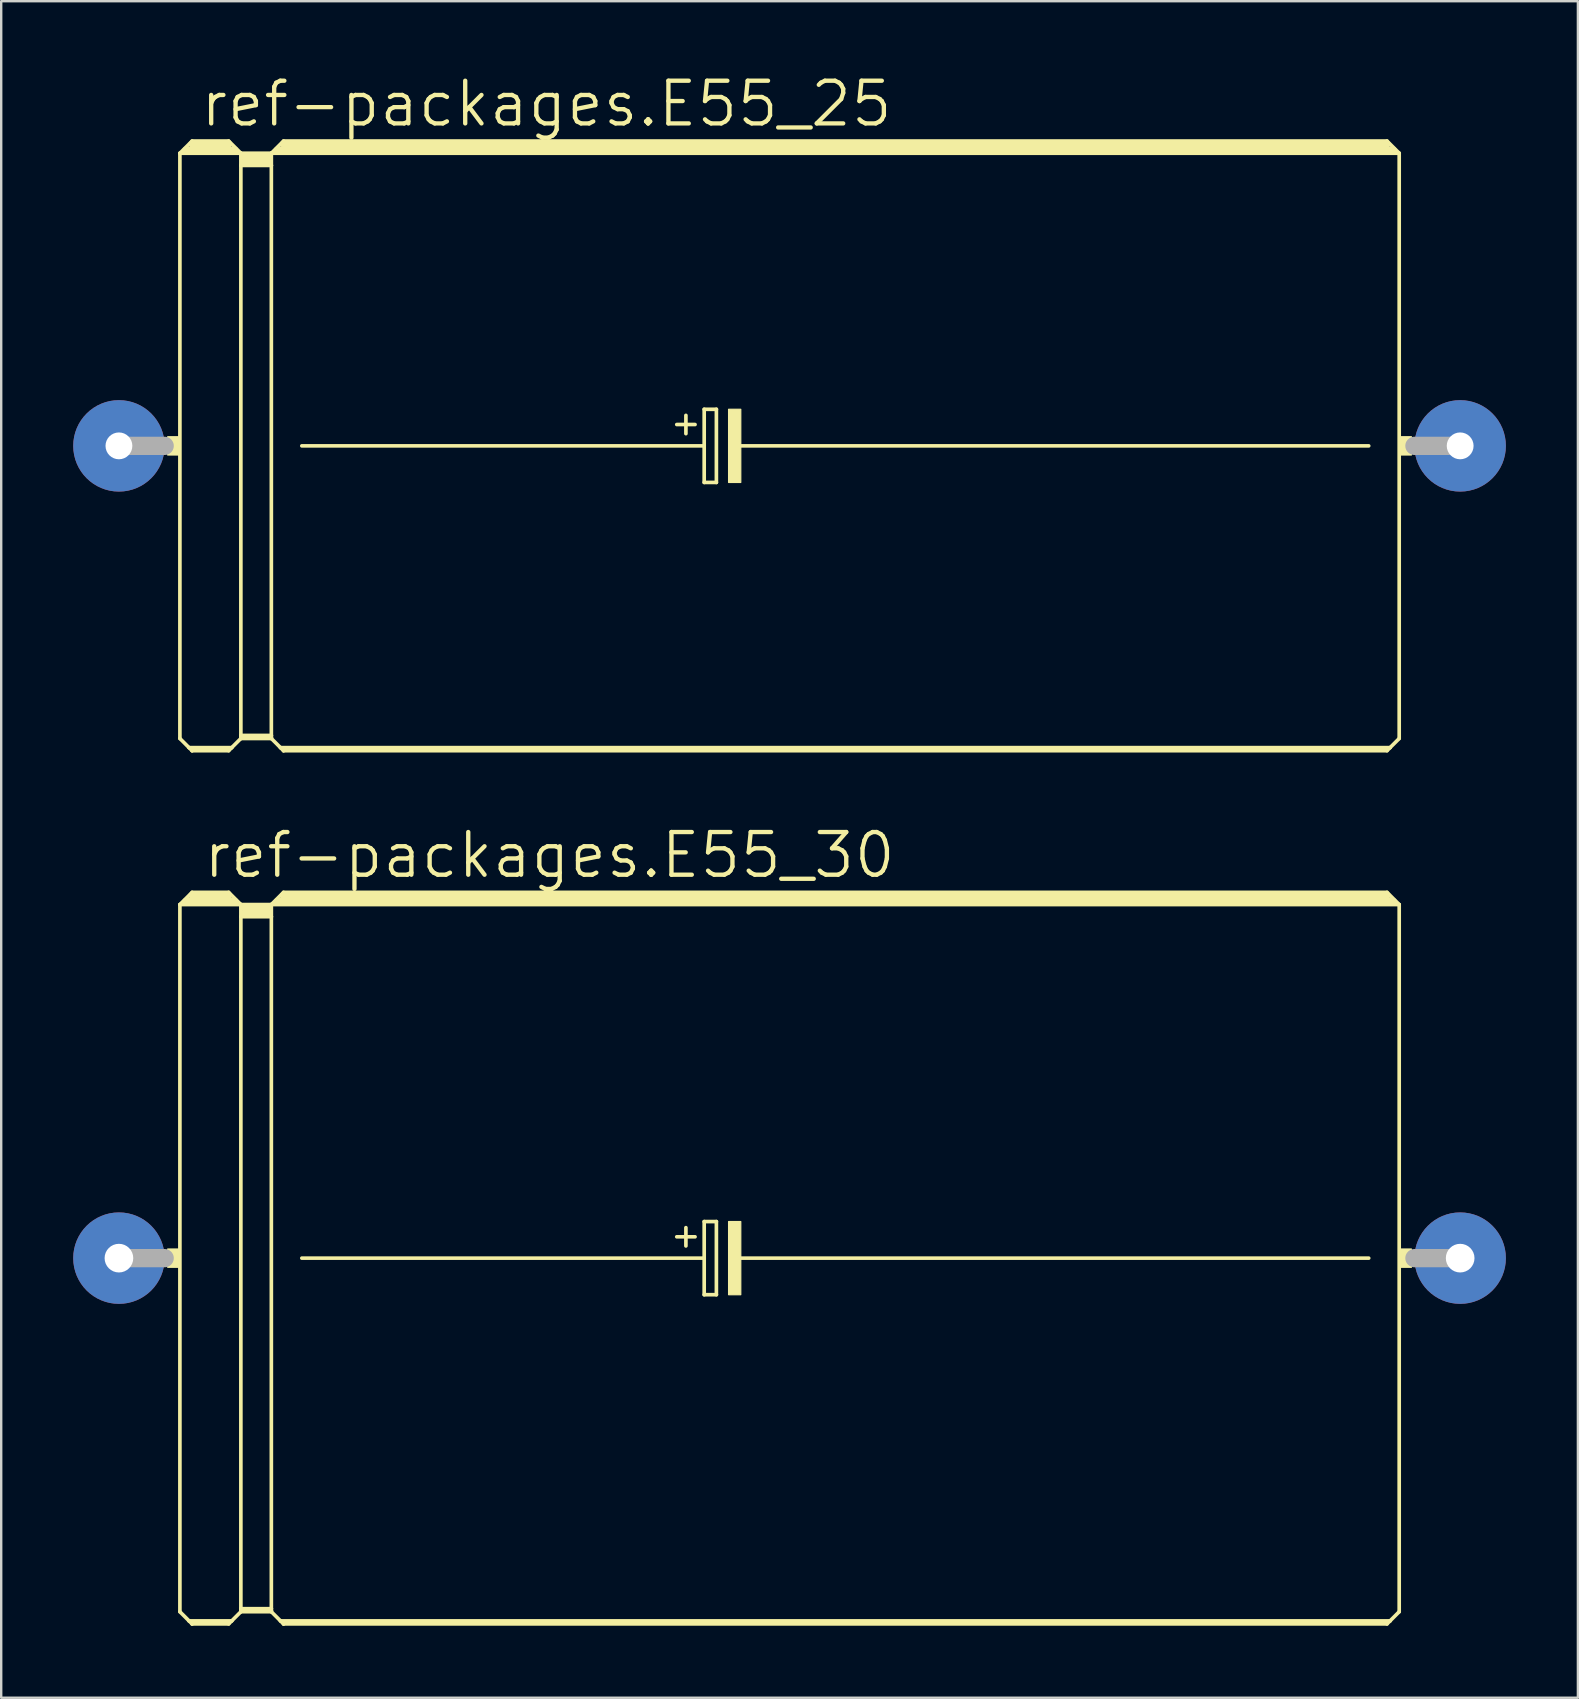
<source format=kicad_pcb>
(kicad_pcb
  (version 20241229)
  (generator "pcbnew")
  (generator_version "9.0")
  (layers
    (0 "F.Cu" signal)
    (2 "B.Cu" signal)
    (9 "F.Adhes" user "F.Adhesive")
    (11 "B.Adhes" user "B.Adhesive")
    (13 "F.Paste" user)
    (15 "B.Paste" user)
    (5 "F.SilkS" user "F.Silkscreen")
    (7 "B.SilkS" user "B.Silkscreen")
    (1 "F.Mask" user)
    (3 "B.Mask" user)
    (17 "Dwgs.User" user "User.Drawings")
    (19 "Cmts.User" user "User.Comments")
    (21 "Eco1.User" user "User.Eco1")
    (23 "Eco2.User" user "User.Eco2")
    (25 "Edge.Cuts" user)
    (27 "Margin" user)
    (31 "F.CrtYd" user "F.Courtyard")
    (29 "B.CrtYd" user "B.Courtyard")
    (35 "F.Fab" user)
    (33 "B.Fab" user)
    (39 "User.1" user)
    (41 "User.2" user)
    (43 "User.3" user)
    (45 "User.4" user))
  (footprint "ref-packages.E55_30"
    (layer "F.Cu")
    (at 29.845 49.368)
    (property "Reference" "ref-packages.E55_30" (at -24.511 -15.748 0) (layer "F.SilkS") (effects (font (size 1.778 1.778) (thickness 0.18)) (justify left bottom)))
    (attr through_hole)
    (fp_line (start -25.4 -14.732) (end -25.4 14.732) (stroke (width 0.152) (type default)) (layer "F.SilkS"))
    (fp_line (start -25.4 -14.732) (end -24.892 -15.24) (stroke (width 0.152) (type default)) (layer "F.SilkS"))
    (fp_line (start -25.4 -14.732) (end -22.86 -14.732) (stroke (width 0.152) (type default)) (layer "F.SilkS"))
    (fp_line (start -25.4 14.732) (end -25.019 15.113) (stroke (width 0.152) (type default)) (layer "F.SilkS"))
    (fp_line (start -25.146 -14.859) (end -23.114 -14.859) (stroke (width 0.305) (type default)) (layer "F.SilkS"))
    (fp_line (start -25.019 15.113) (end -24.892 15.24) (stroke (width 0.152) (type default)) (layer "F.SilkS"))
    (fp_line (start -25.019 15.113) (end -23.241 15.113) (stroke (width 0.152) (type default)) (layer "F.SilkS"))
    (fp_line (start -24.892 -15.24) (end -23.368 -15.24) (stroke (width 0.152) (type default)) (layer "F.SilkS"))
    (fp_line (start -24.892 -15.113) (end -23.368 -15.113) (stroke (width 0.305) (type default)) (layer "F.SilkS"))
    (fp_line (start -24.892 15.189) (end -23.368 15.189) (stroke (width 0.152) (type default)) (layer "F.SilkS"))
    (fp_line (start -24.892 15.24) (end -24.892 15.189) (stroke (width 0.152) (type default)) (layer "F.SilkS"))
    (fp_line (start -24.892 15.24) (end -23.368 15.24) (stroke (width 0.152) (type default)) (layer "F.SilkS"))
    (fp_line (start -23.368 -15.24) (end -22.86 -14.732) (stroke (width 0.152) (type default)) (layer "F.SilkS"))
    (fp_line (start -23.368 15.24) (end -23.241 15.113) (stroke (width 0.152) (type default)) (layer "F.SilkS"))
    (fp_line (start -23.241 15.113) (end -22.86 14.732) (stroke (width 0.152) (type default)) (layer "F.SilkS"))
    (fp_line (start -22.86 -14.732) (end -21.59 -14.732) (stroke (width 0.152) (type default)) (layer "F.SilkS"))
    (fp_line (start -22.86 -14.224) (end -22.86 -14.732) (stroke (width 0.152) (type default)) (layer "F.SilkS"))
    (fp_line (start -22.86 -14.224) (end -21.59 -14.224) (stroke (width 0.152) (type default)) (layer "F.SilkS"))
    (fp_line (start -22.86 14.605) (end -22.86 -14.224) (stroke (width 0.152) (type default)) (layer "F.SilkS"))
    (fp_line (start -22.86 14.605) (end -21.59 14.605) (stroke (width 0.152) (type default)) (layer "F.SilkS"))
    (fp_line (start -22.86 14.681) (end -22.86 14.605) (stroke (width 0.152) (type default)) (layer "F.SilkS"))
    (fp_line (start -22.86 14.681) (end -21.59 14.681) (stroke (width 0.152) (type default)) (layer "F.SilkS"))
    (fp_line (start -22.86 14.732) (end -22.86 14.681) (stroke (width 0.152) (type default)) (layer "F.SilkS"))
    (fp_line (start -22.86 14.732) (end -21.59 14.732) (stroke (width 0.152) (type default)) (layer "F.SilkS"))
    (fp_line (start -22.733 -14.605) (end -21.717 -14.605) (stroke (width 0.305) (type default)) (layer "F.SilkS"))
    (fp_line (start -22.733 -14.351) (end -21.717 -14.351) (stroke (width 0.305) (type default)) (layer "F.SilkS"))
    (fp_line (start -21.59 -14.732) (end -21.082 -15.24) (stroke (width 0.152) (type default)) (layer "F.SilkS"))
    (fp_line (start -21.59 -14.732) (end 25.4 -14.732) (stroke (width 0.152) (type default)) (layer "F.SilkS"))
    (fp_line (start -21.59 -14.224) (end -21.59 -14.732) (stroke (width 0.152) (type default)) (layer "F.SilkS"))
    (fp_line (start -21.59 14.605) (end -21.59 -14.224) (stroke (width 0.152) (type default)) (layer "F.SilkS"))
    (fp_line (start -21.59 14.681) (end -21.59 14.605) (stroke (width 0.152) (type default)) (layer "F.SilkS"))
    (fp_line (start -21.59 14.732) (end -21.59 14.681) (stroke (width 0.152) (type default)) (layer "F.SilkS"))
    (fp_line (start -21.59 14.732) (end -21.209 15.113) (stroke (width 0.152) (type default)) (layer "F.SilkS"))
    (fp_line (start -21.336 -14.859) (end 25.146 -14.859) (stroke (width 0.305) (type default)) (layer "F.SilkS"))
    (fp_line (start -21.209 15.113) (end -21.082 15.24) (stroke (width 0.152) (type default)) (layer "F.SilkS"))
    (fp_line (start -21.209 15.113) (end 25.019 15.113) (stroke (width 0.152) (type default)) (layer "F.SilkS"))
    (fp_line (start -21.082 -15.24) (end 24.892 -15.24) (stroke (width 0.152) (type default)) (layer "F.SilkS"))
    (fp_line (start -21.082 -15.113) (end 24.892 -15.113) (stroke (width 0.305) (type default)) (layer "F.SilkS"))
    (fp_line (start -21.082 15.189) (end 24.892 15.189) (stroke (width 0.152) (type default)) (layer "F.SilkS"))
    (fp_line (start -21.082 15.24) (end -21.082 15.189) (stroke (width 0.152) (type default)) (layer "F.SilkS"))
    (fp_line (start -21.082 15.24) (end 24.892 15.24) (stroke (width 0.152) (type default)) (layer "F.SilkS"))
    (fp_line (start -20.32 0) (end -3.556 0) (stroke (width 0.152) (type default)) (layer "F.SilkS"))
    (fp_line (start -4.699 -0.889) (end -3.937 -0.889) (stroke (width 0.152) (type default)) (layer "F.SilkS"))
    (fp_line (start -4.318 -1.27) (end -4.318 -0.508) (stroke (width 0.152) (type default)) (layer "F.SilkS"))
    (fp_line (start -3.556 -1.524) (end -3.556 0) (stroke (width 0.152) (type default)) (layer "F.SilkS"))
    (fp_line (start -3.556 0) (end -3.556 1.524) (stroke (width 0.152) (type default)) (layer "F.SilkS"))
    (fp_line (start -3.556 1.524) (end -3.048 1.524) (stroke (width 0.152) (type default)) (layer "F.SilkS"))
    (fp_line (start -3.048 -1.524) (end -3.556 -1.524) (stroke (width 0.152) (type default)) (layer "F.SilkS"))
    (fp_line (start -3.048 1.524) (end -3.048 -1.524) (stroke (width 0.152) (type default)) (layer "F.SilkS"))
    (fp_line (start -2.159 0) (end 24.13 0) (stroke (width 0.152) (type default)) (layer "F.SilkS"))
    (fp_line (start 24.892 -15.24) (end 25.4 -14.732) (stroke (width 0.152) (type default)) (layer "F.SilkS"))
    (fp_line (start 24.892 15.24) (end 25.019 15.113) (stroke (width 0.152) (type default)) (layer "F.SilkS"))
    (fp_line (start 25.019 15.113) (end 25.4 14.732) (stroke (width 0.152) (type default)) (layer "F.SilkS"))
    (fp_line (start 25.4 -14.732) (end 25.4 14.732) (stroke (width 0.152) (type default)) (layer "F.SilkS"))
    (fp_rect (start -25.908 0.381) (end -25.4 -0.381) (stroke (width 0.05) (type default)) (fill yes) (layer "F.SilkS"))
    (fp_rect (start -2.54 1.524) (end -2.032 -1.524) (stroke (width 0.05) (type default)) (fill yes) (layer "F.SilkS"))
    (fp_rect (start 25.4 0.381) (end 25.908 -0.381) (stroke (width 0.05) (type default)) (fill yes) (layer "F.SilkS"))
    (fp_line (start -27.94 0) (end -26.035 0) (stroke (width 0.762) (type default)) (layer "F.Fab"))
    (fp_line (start 27.94 0) (end 26.035 0) (stroke (width 0.762) (type default)) (layer "F.Fab"))
    (pad "+" thru_hole circle (at -27.94 0) (size 3.81 3.81) (drill 1.194) (layers "*.Cu" "*.Mask"))
    (pad "-" thru_hole circle (at 27.94 0) (size 3.81 3.81) (drill 1.194) (layers "*.Cu" "*.Mask")))
  (footprint "ref-packages.E55_25"
    (layer "F.Cu")
    (at 29.845 15.526)
    (property "Reference" "ref-packages.E55_25" (at -24.638 -13.208 0) (layer "F.SilkS") (effects (font (size 1.778 1.778) (thickness 0.18)) (justify left bottom)))
    (attr through_hole)
    (fp_line (start -25.4 -12.192) (end -25.4 12.192) (stroke (width 0.152) (type default)) (layer "F.SilkS"))
    (fp_line (start -25.4 -12.192) (end -24.892 -12.7) (stroke (width 0.152) (type default)) (layer "F.SilkS"))
    (fp_line (start -25.4 -12.192) (end -22.86 -12.192) (stroke (width 0.152) (type default)) (layer "F.SilkS"))
    (fp_line (start -25.4 12.192) (end -25.019 12.573) (stroke (width 0.152) (type default)) (layer "F.SilkS"))
    (fp_line (start -25.146 -12.319) (end -23.114 -12.319) (stroke (width 0.305) (type default)) (layer "F.SilkS"))
    (fp_line (start -25.019 12.573) (end -24.892 12.7) (stroke (width 0.152) (type default)) (layer "F.SilkS"))
    (fp_line (start -25.019 12.573) (end -23.241 12.573) (stroke (width 0.152) (type default)) (layer "F.SilkS"))
    (fp_line (start -24.892 -12.7) (end -23.368 -12.7) (stroke (width 0.152) (type default)) (layer "F.SilkS"))
    (fp_line (start -24.892 -12.573) (end -23.368 -12.573) (stroke (width 0.305) (type default)) (layer "F.SilkS"))
    (fp_line (start -24.892 12.649) (end -23.368 12.649) (stroke (width 0.152) (type default)) (layer "F.SilkS"))
    (fp_line (start -24.892 12.7) (end -24.892 12.649) (stroke (width 0.152) (type default)) (layer "F.SilkS"))
    (fp_line (start -24.892 12.7) (end -23.368 12.7) (stroke (width 0.152) (type default)) (layer "F.SilkS"))
    (fp_line (start -23.368 -12.7) (end -22.86 -12.192) (stroke (width 0.152) (type default)) (layer "F.SilkS"))
    (fp_line (start -23.368 12.7) (end -23.241 12.573) (stroke (width 0.152) (type default)) (layer "F.SilkS"))
    (fp_line (start -23.241 12.573) (end -22.86 12.192) (stroke (width 0.152) (type default)) (layer "F.SilkS"))
    (fp_line (start -22.86 -12.192) (end -21.59 -12.192) (stroke (width 0.152) (type default)) (layer "F.SilkS"))
    (fp_line (start -22.86 -11.684) (end -22.86 -12.192) (stroke (width 0.152) (type default)) (layer "F.SilkS"))
    (fp_line (start -22.86 -11.684) (end -21.59 -11.684) (stroke (width 0.152) (type default)) (layer "F.SilkS"))
    (fp_line (start -22.86 12.065) (end -22.86 -11.684) (stroke (width 0.152) (type default)) (layer "F.SilkS"))
    (fp_line (start -22.86 12.065) (end -21.59 12.065) (stroke (width 0.152) (type default)) (layer "F.SilkS"))
    (fp_line (start -22.86 12.141) (end -22.86 12.065) (stroke (width 0.152) (type default)) (layer "F.SilkS"))
    (fp_line (start -22.86 12.141) (end -21.59 12.141) (stroke (width 0.152) (type default)) (layer "F.SilkS"))
    (fp_line (start -22.86 12.192) (end -22.86 12.141) (stroke (width 0.152) (type default)) (layer "F.SilkS"))
    (fp_line (start -22.86 12.192) (end -21.59 12.192) (stroke (width 0.152) (type default)) (layer "F.SilkS"))
    (fp_line (start -22.733 -12.065) (end -21.717 -12.065) (stroke (width 0.305) (type default)) (layer "F.SilkS"))
    (fp_line (start -22.733 -11.811) (end -21.717 -11.811) (stroke (width 0.305) (type default)) (layer "F.SilkS"))
    (fp_line (start -21.59 -12.192) (end -21.082 -12.7) (stroke (width 0.152) (type default)) (layer "F.SilkS"))
    (fp_line (start -21.59 -12.192) (end 25.4 -12.192) (stroke (width 0.152) (type default)) (layer "F.SilkS"))
    (fp_line (start -21.59 -11.684) (end -21.59 -12.192) (stroke (width 0.152) (type default)) (layer "F.SilkS"))
    (fp_line (start -21.59 12.065) (end -21.59 -11.684) (stroke (width 0.152) (type default)) (layer "F.SilkS"))
    (fp_line (start -21.59 12.141) (end -21.59 12.065) (stroke (width 0.152) (type default)) (layer "F.SilkS"))
    (fp_line (start -21.59 12.192) (end -21.59 12.141) (stroke (width 0.152) (type default)) (layer "F.SilkS"))
    (fp_line (start -21.59 12.192) (end -21.209 12.573) (stroke (width 0.152) (type default)) (layer "F.SilkS"))
    (fp_line (start -21.336 -12.319) (end 25.146 -12.319) (stroke (width 0.305) (type default)) (layer "F.SilkS"))
    (fp_line (start -21.209 12.573) (end -21.082 12.7) (stroke (width 0.152) (type default)) (layer "F.SilkS"))
    (fp_line (start -21.209 12.573) (end 25.019 12.573) (stroke (width 0.152) (type default)) (layer "F.SilkS"))
    (fp_line (start -21.082 -12.7) (end 24.892 -12.7) (stroke (width 0.152) (type default)) (layer "F.SilkS"))
    (fp_line (start -21.082 -12.573) (end 24.892 -12.573) (stroke (width 0.305) (type default)) (layer "F.SilkS"))
    (fp_line (start -21.082 12.649) (end 24.892 12.649) (stroke (width 0.152) (type default)) (layer "F.SilkS"))
    (fp_line (start -21.082 12.7) (end -21.082 12.649) (stroke (width 0.152) (type default)) (layer "F.SilkS"))
    (fp_line (start -21.082 12.7) (end 24.892 12.7) (stroke (width 0.152) (type default)) (layer "F.SilkS"))
    (fp_line (start -20.32 0) (end -3.556 0) (stroke (width 0.152) (type default)) (layer "F.SilkS"))
    (fp_line (start -4.699 -0.889) (end -3.937 -0.889) (stroke (width 0.152) (type default)) (layer "F.SilkS"))
    (fp_line (start -4.318 -1.27) (end -4.318 -0.508) (stroke (width 0.152) (type default)) (layer "F.SilkS"))
    (fp_line (start -3.556 -1.524) (end -3.556 0) (stroke (width 0.152) (type default)) (layer "F.SilkS"))
    (fp_line (start -3.556 0) (end -3.556 1.524) (stroke (width 0.152) (type default)) (layer "F.SilkS"))
    (fp_line (start -3.556 1.524) (end -3.048 1.524) (stroke (width 0.152) (type default)) (layer "F.SilkS"))
    (fp_line (start -3.048 -1.524) (end -3.556 -1.524) (stroke (width 0.152) (type default)) (layer "F.SilkS"))
    (fp_line (start -3.048 1.524) (end -3.048 -1.524) (stroke (width 0.152) (type default)) (layer "F.SilkS"))
    (fp_line (start -2.159 0) (end 24.13 0) (stroke (width 0.152) (type default)) (layer "F.SilkS"))
    (fp_line (start 24.892 -12.7) (end 25.4 -12.192) (stroke (width 0.152) (type default)) (layer "F.SilkS"))
    (fp_line (start 24.892 12.7) (end 25.019 12.573) (stroke (width 0.152) (type default)) (layer "F.SilkS"))
    (fp_line (start 25.019 12.573) (end 25.4 12.192) (stroke (width 0.152) (type default)) (layer "F.SilkS"))
    (fp_line (start 25.4 -12.192) (end 25.4 12.192) (stroke (width 0.152) (type default)) (layer "F.SilkS"))
    (fp_rect (start -25.908 0.381) (end -25.4 -0.381) (stroke (width 0.05) (type default)) (fill yes) (layer "F.SilkS"))
    (fp_rect (start -2.54 1.524) (end -2.032 -1.524) (stroke (width 0.05) (type default)) (fill yes) (layer "F.SilkS"))
    (fp_rect (start 25.4 0.381) (end 25.908 -0.381) (stroke (width 0.05) (type default)) (fill yes) (layer "F.SilkS"))
    (fp_line (start -27.94 0) (end -26.035 0) (stroke (width 0.762) (type default)) (layer "F.Fab"))
    (fp_line (start 27.94 0) (end 26.035 0) (stroke (width 0.762) (type default)) (layer "F.Fab"))
    (pad "+" thru_hole circle (at -27.94 0) (size 3.81 3.81) (drill 1.118) (layers "*.Cu" "*.Mask"))
    (pad "-" thru_hole circle (at 27.94 0) (size 3.81 3.81) (drill 1.118) (layers "*.Cu" "*.Mask")))
  (gr_rect
    (start -3 -3)
    (end 62.69 67.684)
    (stroke (width 0.1) (type default))
    (fill no)
    (layer "Edge.Cuts")))
</source>
